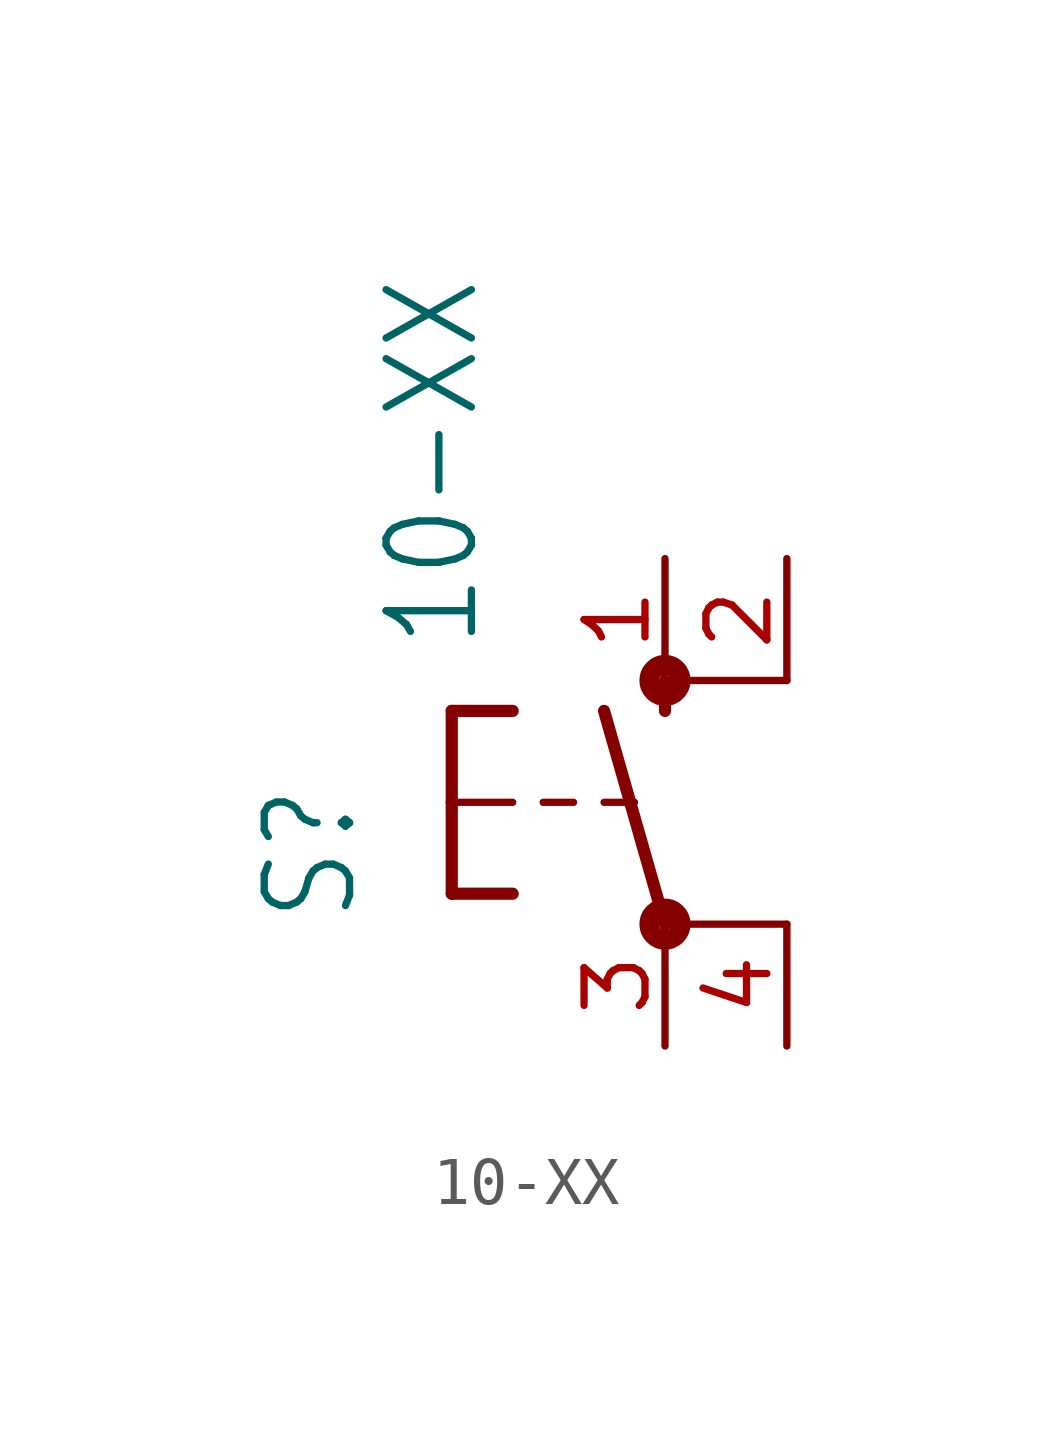
<source format=kicad_sym>
(kicad_symbol_lib
  (version 20211014)
  (generator kicad_symbol_editor)
  (symbol "10-XX"
    (property "Reference" "S"
      (at -6.35 -2.54 90)
      (effects (font (size 1.778 1.511)) (justify left bottom)))
    (property "Value" "10-XX"
      (at -3.81 3.175 90)
      (effects (font (size 1.778 1.511)) (justify left bottom)))
    (property "ki_locked" ""
      (at 0 0 0)
      (effects (font (size 1.27 1.27))))
    (symbol "10-XX_1_0"
      (circle (center 0 -2.54) (radius 0.127) (stroke (width 0.406) (type default) (color 0 0 0 0)) (fill (type none)))
      (polyline (pts (xy -4.445 -1.905) (xy -3.175 -1.905)) (stroke (width 0.254) (type default) (color 0 0 0 0)) (fill (type none)))
      (polyline (pts (xy -4.445 0) (xy -4.445 -1.905)) (stroke (width 0.254) (type default) (color 0 0 0 0)) (fill (type none)))
      (polyline (pts (xy -4.445 0) (xy -3.175 0)) (stroke (width 0.152) (type default) (color 0 0 0 0)) (fill (type none)))
      (polyline (pts (xy -4.445 1.905) (xy -4.445 0)) (stroke (width 0.254) (type default) (color 0 0 0 0)) (fill (type none)))
      (polyline (pts (xy -4.445 1.905) (xy -3.175 1.905)) (stroke (width 0.254) (type default) (color 0 0 0 0)) (fill (type none)))
      (polyline (pts (xy -2.54 0) (xy -1.905 0)) (stroke (width 0.152) (type default) (color 0 0 0 0)) (fill (type none)))
      (polyline (pts (xy -1.27 0) (xy -0.635 0)) (stroke (width 0.152) (type default) (color 0 0 0 0)) (fill (type none)))
      (polyline (pts (xy 0 -2.54) (xy -1.27 1.905)) (stroke (width 0.254) (type default) (color 0 0 0 0)) (fill (type none)))
      (polyline (pts (xy 0 1.905) (xy 0 2.54)) (stroke (width 0.254) (type default) (color 0 0 0 0)) (fill (type none)))
      (polyline (pts (xy 2.54 -2.54) (xy 0 -2.54)) (stroke (width 0.152) (type default) (color 0 0 0 0)) (fill (type none)))
      (polyline (pts (xy 2.54 2.54) (xy 0 2.54)) (stroke (width 0.152) (type default) (color 0 0 0 0)) (fill (type none)))
      (circle (center 0 2.54) (radius 0.127) (stroke (width 0.406) (type default) (color 0 0 0 0)) (fill (type none)))
      (pin passive line (at 0 5.08 270) (length 2.54) (name "S" (effects (font (size 0 0)))) (number "1" (effects (font (size 1.27 1.27)))))
      (pin passive line (at 2.54 5.08 270) (length 2.54) (name "S1" (effects (font (size 0 0)))) (number "2" (effects (font (size 1.27 1.27)))))
      (pin passive line (at 0 -5.08 90) (length 2.54) (name "P" (effects (font (size 0 0)))) (number "3" (effects (font (size 1.27 1.27)))))
      (pin passive line (at 2.54 -5.08 90) (length 2.54) (name "P1" (effects (font (size 0 0)))) (number "4" (effects (font (size 1.27 1.27))))))))
</source>
